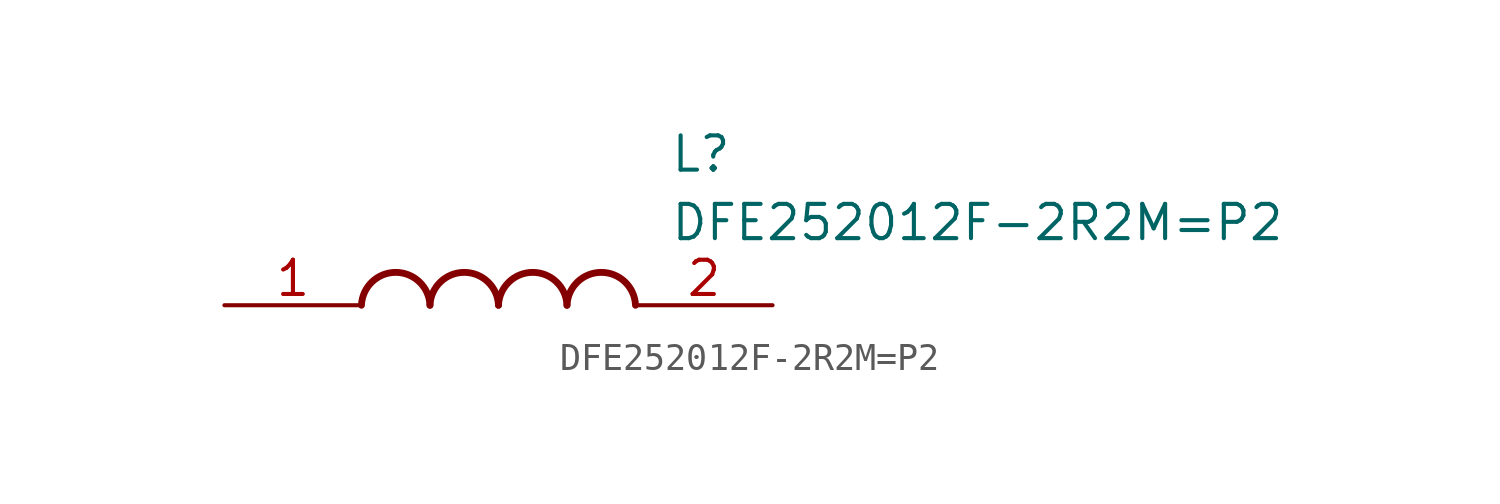
<source format=kicad_sym>
(kicad_symbol_lib
  (version 20241209)
  (generator "kicad_symbol_editor")
  (generator_version "9.0")
  (symbol "DFE252012F-2R2M=P2"
    (pin_names
      (hide yes))
    (property "Reference" "L"
      (at 16.51 6.35 0)
      (effects (font (size 1.27 1.27)) (justify left top)))
    (property "Value" "DFE252012F-2R2M=P2"
      (at 16.51 3.81 0)
      (effects (font (size 1.27 1.27)) (justify left top)))
    (symbol "DFE252012F-2R2M=P2_1_1"
      (arc (start 5.08 0) (mid 6.35 1.219) (end 7.62 0) (stroke (width 0.254) (type default)) (fill (type none)))
      (arc (start 7.62 0) (mid 8.89 1.219) (end 10.16 0) (stroke (width 0.254) (type default)) (fill (type none)))
      (arc (start 10.16 0) (mid 11.43 1.219) (end 12.7 0) (stroke (width 0.254) (type default)) (fill (type none)))
      (arc (start 12.7 0) (mid 13.97 1.219) (end 15.24 0) (stroke (width 0.254) (type default)) (fill (type none)))
      (pin passive line (at 0 0 0) (length 5.08) (name "1" (effects (font (size 1.27 1.27)))) (number "1" (effects (font (size 1.27 1.27)))))
      (pin passive line (at 20.32 0 180) (length 5.08) (name "2" (effects (font (size 1.27 1.27)))) (number "2" (effects (font (size 1.27 1.27))))))))
</source>
